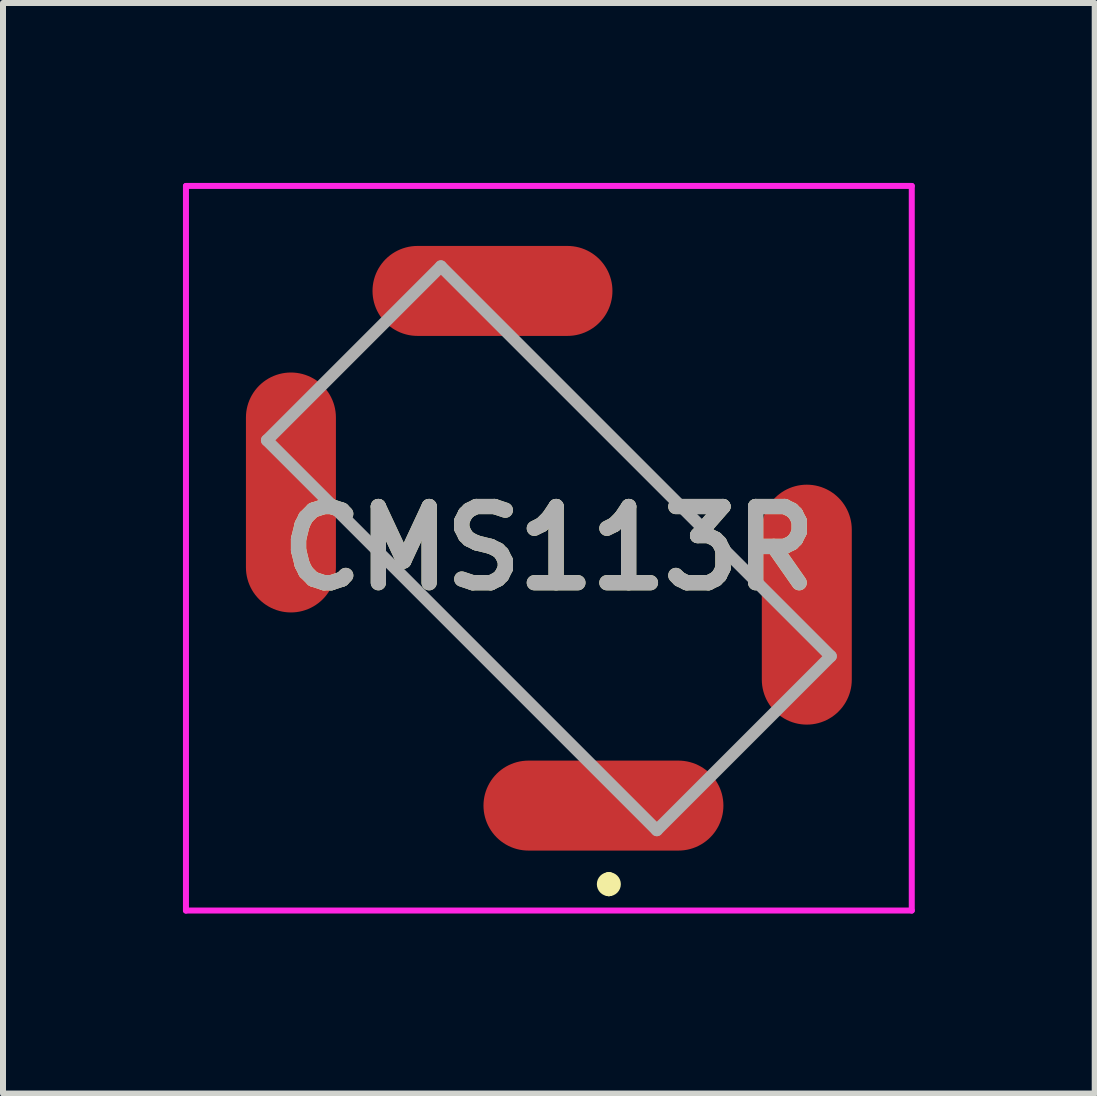
<source format=kicad_pcb>
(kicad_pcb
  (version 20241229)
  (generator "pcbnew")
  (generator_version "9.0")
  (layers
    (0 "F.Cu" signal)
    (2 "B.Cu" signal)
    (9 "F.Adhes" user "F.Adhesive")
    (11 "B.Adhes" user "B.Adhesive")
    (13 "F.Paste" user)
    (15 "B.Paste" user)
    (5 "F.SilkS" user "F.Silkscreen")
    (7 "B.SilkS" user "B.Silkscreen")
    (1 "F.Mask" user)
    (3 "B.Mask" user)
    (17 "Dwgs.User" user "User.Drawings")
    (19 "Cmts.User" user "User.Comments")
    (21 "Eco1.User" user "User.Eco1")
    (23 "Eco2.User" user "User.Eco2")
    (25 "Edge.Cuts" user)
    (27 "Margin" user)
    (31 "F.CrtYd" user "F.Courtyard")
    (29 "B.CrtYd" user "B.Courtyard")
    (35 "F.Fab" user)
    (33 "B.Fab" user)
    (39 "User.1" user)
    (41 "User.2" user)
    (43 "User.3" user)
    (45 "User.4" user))
  (footprint "CMS113R"
    (layer "F.Cu")
    (at 6.1 6.09)
    (property "Reference" "CMS113R" (at 0 0 0) (layer "F.SilkS") (effects (font (size 1.27 1.27) (thickness 0.254))))
    (attr smd)
    (fp_line (start -2.9 0) (end 0 2.9) (stroke (width 0.1) (type solid)) (layer "F.SilkS"))
    (fp_line (start 0 -2.9) (end 2.9 0) (stroke (width 0.1) (type solid)) (layer "F.SilkS"))
    (fp_line (start 1 5.5) (end 1 5.5) (stroke (width 0.2) (type solid)) (layer "F.SilkS"))
    (fp_line (start 1 5.7) (end 1 5.7) (stroke (width 0.2) (type solid)) (layer "F.SilkS"))
    (fp_arc (start 1 5.5) (mid 1.1 5.6) (end 1 5.7) (stroke (width 0.2) (type solid)) (layer "F.SilkS"))
    (fp_arc (start 1 5.7) (mid 0.9 5.6) (end 1 5.5) (stroke (width 0.2) (type solid)) (layer "F.SilkS"))
    (fp_line (start -6.05 -6.04) (end 6.05 -6.04) (stroke (width 0.1) (type solid)) (layer "F.CrtYd"))
    (fp_line (start -6.05 6.04) (end -6.05 -6.04) (stroke (width 0.1) (type solid)) (layer "F.CrtYd"))
    (fp_line (start 6.05 -6.04) (end 6.05 6.04) (stroke (width 0.1) (type solid)) (layer "F.CrtYd"))
    (fp_line (start 6.05 6.04) (end -6.05 6.04) (stroke (width 0.1) (type solid)) (layer "F.CrtYd"))
    (fp_line (start -4.7 -1.8) (end -1.8 -4.7) (stroke (width 0.2) (type solid)) (layer "F.Fab"))
    (fp_line (start -1.8 -4.7) (end 4.7 1.8) (stroke (width 0.2) (type solid)) (layer "F.Fab"))
    (fp_line (start 1.8 4.7) (end -4.7 -1.8) (stroke (width 0.2) (type solid)) (layer "F.Fab"))
    (fp_line (start 4.7 1.8) (end 1.8 4.7) (stroke (width 0.2) (type solid)) (layer "F.Fab"))
    (fp_text user "${REFERENCE}" (at 0 0 0) (layer "F.Fab") (effects (font (size 1.27 1.27) (thickness 0.254))))
    (pad "1" smd oval (at 0.91 4.29 90) (size 1.5 4) (layers "F.Cu" "F.Mask" "F.Paste"))
    (pad "2" smd oval (at 4.3 0.94) (size 1.5 4) (layers "F.Cu" "F.Mask" "F.Paste"))
    (pad "3" smd oval (at -0.94 -4.29 90) (size 1.5 4) (layers "F.Cu" "F.Mask" "F.Paste"))
    (pad "4" smd oval (at -4.3 -0.93) (size 1.5 4) (layers "F.Cu" "F.Mask" "F.Paste")))
  (gr_rect
    (start -3 -3)
    (end 15.2 15.18)
    (stroke (width 0.1) (type default))
    (fill no)
    (layer "Edge.Cuts")))
</source>
